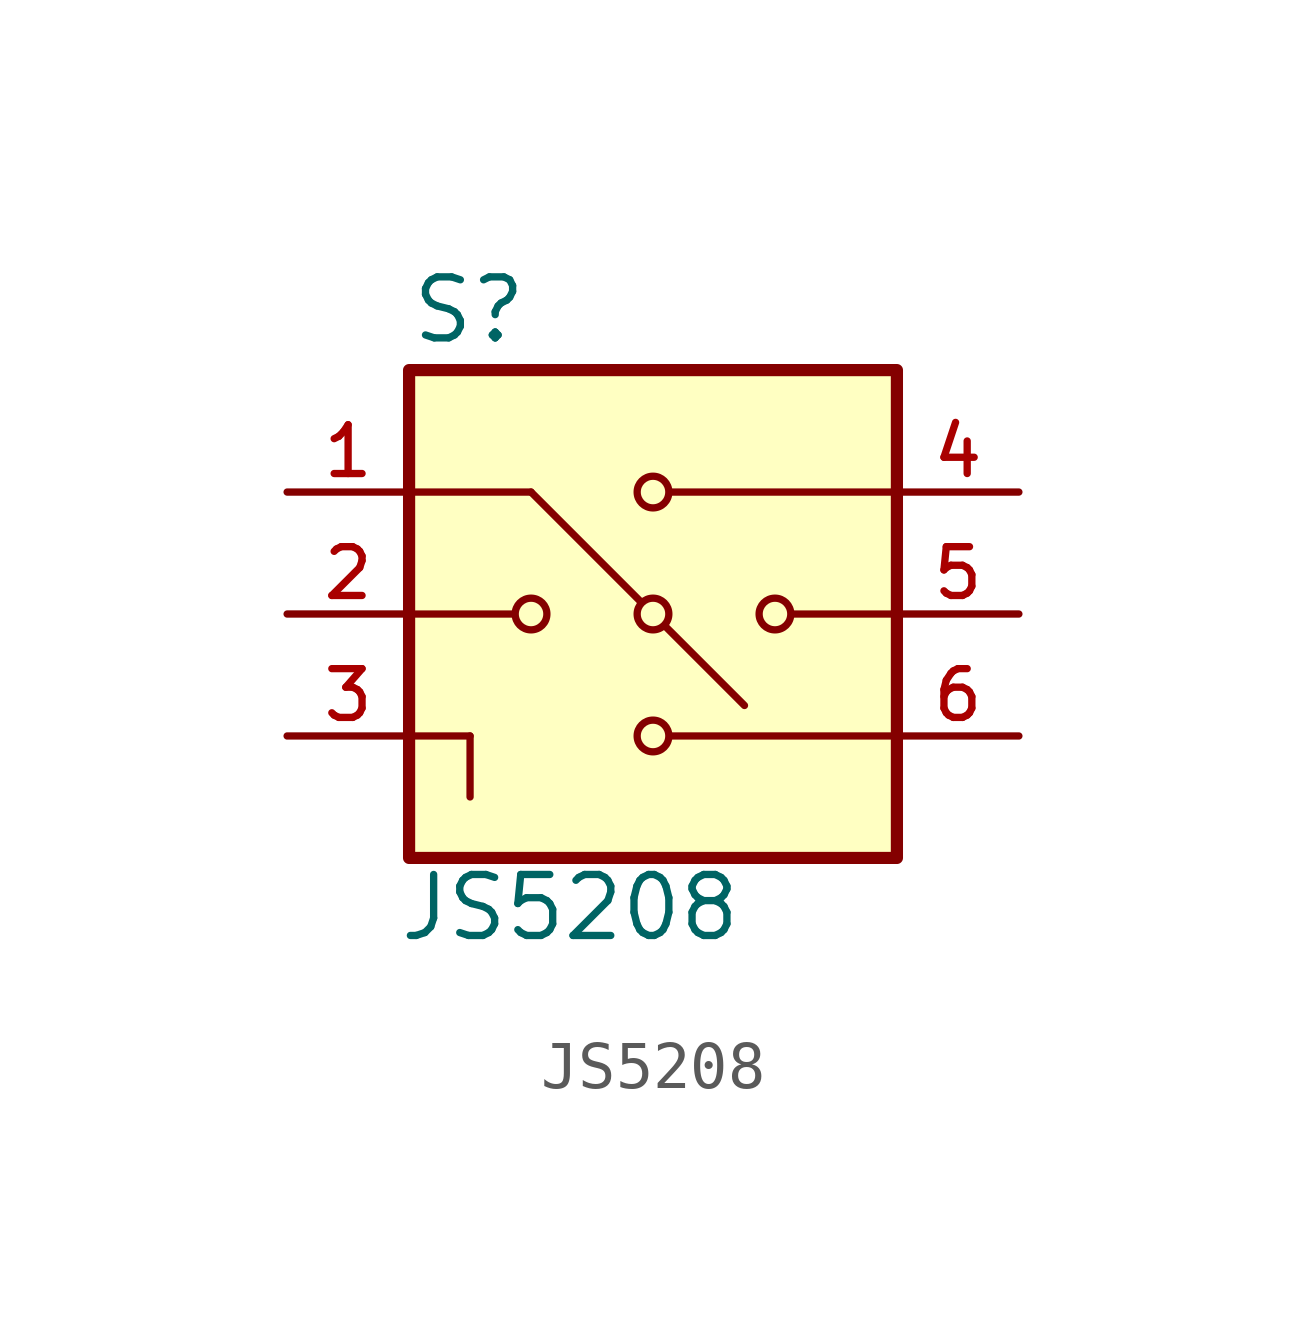
<source format=kicad_sym>
(kicad_symbol_lib
  (version 20241209)
  (generator "kicad_symbol_editor")
  (generator_version "9.0")
  (symbol "JS5208"
    (pin_names
      (offset 1.016))
    (property "Reference" "S"
      (at -5.08 5.588 0)
      (effects (font (size 1.27 1.27)) (justify left bottom)))
    (property "Value" "JS5208"
      (at -5.334 -6.858 0)
      (effects (font (size 1.27 1.27)) (justify left bottom)))
    (symbol "JS5208_0_0"
      (polyline (pts (xy -5.08 2.54) (xy -2.54 2.54)) (stroke (width 0.152) (type default)) (fill (type none)))
      (polyline (pts (xy -5.08 0) (xy -2.921 0)) (stroke (width 0.152) (type default)) (fill (type none)))
      (polyline (pts (xy -5.08 -2.54) (xy -3.81 -2.54)) (stroke (width 0.152) (type default)) (fill (type none)))
      (rectangle (start -5.08 -5.08) (end 5.08 5.08) (stroke (width 0.254) (type default)) (fill (type background)))
      (polyline (pts (xy -3.81 -2.54) (xy -3.81 -3.81)) (stroke (width 0.152) (type default)) (fill (type none)))
      (polyline (pts (xy -2.54 2.54) (xy -0.254 0.254)) (stroke (width 0.152) (type default)) (fill (type none)))
      (circle (center -2.54 0) (radius 0.33) (stroke (width 0.152) (type default)) (fill (type none)))
      (circle (center 0 2.54) (radius 0.33) (stroke (width 0.152) (type default)) (fill (type none)))
      (circle (center 0 0) (radius 0.33) (stroke (width 0.152) (type default)) (fill (type none)))
      (circle (center 0 -2.54) (radius 0.33) (stroke (width 0.152) (type default)) (fill (type none)))
      (polyline (pts (xy 0.254 -0.254) (xy 1.905 -1.905)) (stroke (width 0.152) (type default)) (fill (type none)))
      (polyline (pts (xy 0.381 2.54) (xy 5.08 2.54)) (stroke (width 0.152) (type default)) (fill (type none)))
      (polyline (pts (xy 0.381 -2.54) (xy 5.08 -2.54)) (stroke (width 0.152) (type default)) (fill (type none)))
      (circle (center 2.54 0) (radius 0.33) (stroke (width 0.152) (type default)) (fill (type none)))
      (polyline (pts (xy 2.921 0) (xy 5.08 0)) (stroke (width 0.152) (type default)) (fill (type none)))
      (pin passive line (at -7.62 0 0) (length 2.54) (name "~" (effects (font (size 1.016 1.016)))) (number "2" (effects (font (size 1.016 1.016)))))
      (pin passive line (at -7.62 -2.54 0) (length 2.54) (name "~" (effects (font (size 1.016 1.016)))) (number "3" (effects (font (size 1.016 1.016)))))
      (pin passive line (at 7.62 2.54 180) (length 2.54) (name "~" (effects (font (size 1.016 1.016)))) (number "4" (effects (font (size 1.016 1.016)))))
      (pin passive line (at 7.62 0 180) (length 2.54) (name "~" (effects (font (size 1.016 1.016)))) (number "5" (effects (font (size 1.016 1.016)))))
      (pin passive line (at 7.62 -2.54 180) (length 2.54) (name "~" (effects (font (size 1.016 1.016)))) (number "6" (effects (font (size 1.016 1.016))))))
    (symbol "JS5208_1_0"
      (pin passive line (at -7.62 2.54 0) (length 2.54) (name "~" (effects (font (size 1.016 1.016)))) (number "1" (effects (font (size 1.016 1.016))))))))
</source>
